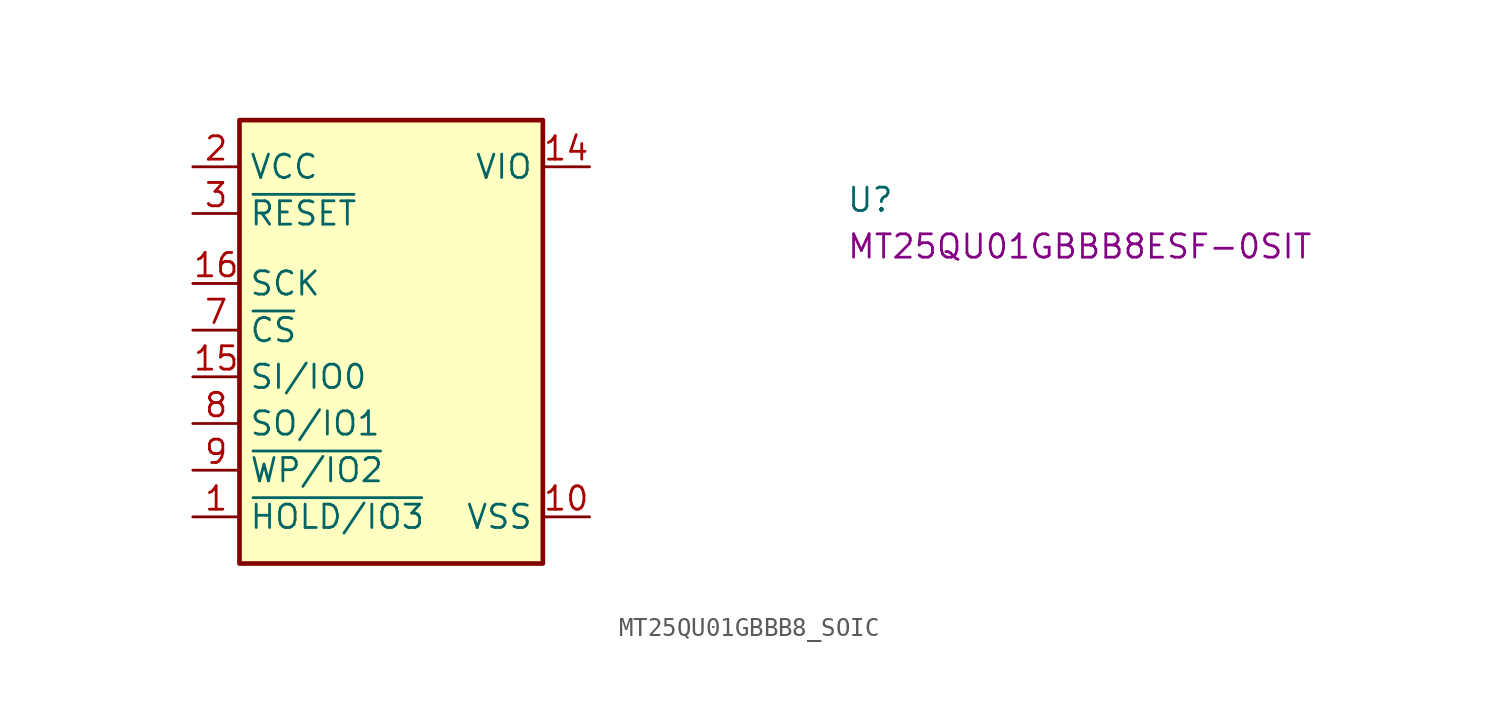
<source format=kicad_sym>
(kicad_symbol_lib
  (version 20220914)
  (generator kicad_symbol_editor)
  (symbol "MT25QU01GBBB8_SOIC"
    (property "Reference" "U"
      (at 35.56 -2.54 0)
      (effects (font (size 1.27 1.27) (thickness 0.15)) (justify left bottom)))
    (property "MPN" "MT25QU01GBBB8ESF-0SIT"
      (at 35.56 -5.08 0)
      (effects (font (size 1.27 1.27) (thickness 0.15)) (justify left bottom)))
    (symbol "MT25QU01GBBB8_SOIC_1_1"
      (rectangle (start 2.54 2.54) (end 19.05 -21.59) (stroke (width 0.254) (type default)) (fill (type background)))
      (pin bidirectional line (at 0 -19.05 0) (length 2.54) (name "~{HOLD/IO3}" (effects (font (size 1.27 1.27)))) (number "1" (effects (font (size 1.27 1.27)))))
      (pin power_in line (at 21.59 -19.05 180) (length 2.54) (name "VSS" (effects (font (size 1.27 1.27)))) (number "10" (effects (font (size 1.27 1.27)))))
      (pin no_connect line (at 19.05 -8.89 180) (length 2.54) hide (name "DNU" (effects (font (size 1.27 1.27)))) (number "11" (effects (font (size 1.27 1.27)))))
      (pin passive line (at 19.05 -5.08 180) (length 2.54) hide (name "DNU" (effects (font (size 1.27 1.27)))) (number "12" (effects (font (size 1.27 1.27)))))
      (pin no_connect line (at 19.05 -2.54 180) (length 2.54) hide (name "NC" (effects (font (size 1.27 1.27)))) (number "13" (effects (font (size 1.27 1.27)))))
      (pin bidirectional line (at 21.59 0 180) (length 2.54) (name "VIO" (effects (font (size 1.27 1.27)))) (number "14" (effects (font (size 1.27 1.27)))))
      (pin bidirectional line (at 0 -11.43 0) (length 2.54) (name "SI/IO0" (effects (font (size 1.27 1.27)))) (number "15" (effects (font (size 1.27 1.27)))))
      (pin input line (at 0 -6.35 0) (length 2.54) (name "SCK" (effects (font (size 1.27 1.27)))) (number "16" (effects (font (size 1.27 1.27)))))
      (pin power_in line (at 0 0 0) (length 2.54) (name "VCC" (effects (font (size 1.27 1.27)))) (number "2" (effects (font (size 1.27 1.27)))))
      (pin bidirectional line (at 0 -2.54 0) (length 2.54) (name "~{RESET}" (effects (font (size 1.27 1.27)))) (number "3" (effects (font (size 1.27 1.27)))))
      (pin passive line (at 19.05 -6.35 180) (length 2.54) hide (name "DNU" (effects (font (size 1.27 1.27)))) (number "4" (effects (font (size 1.27 1.27)))))
      (pin passive line (at 19.05 -7.62 180) (length 2.54) hide (name "DNU" (effects (font (size 1.27 1.27)))) (number "5" (effects (font (size 1.27 1.27)))))
      (pin no_connect line (at 19.05 -3.81 180) (length 2.54) hide (name "RFU" (effects (font (size 1.27 1.27)))) (number "6" (effects (font (size 1.27 1.27)))))
      (pin input line (at 0 -8.89 0) (length 2.54) (name "~{CS}" (effects (font (size 1.27 1.27)))) (number "7" (effects (font (size 1.27 1.27)))))
      (pin bidirectional line (at 0 -13.97 0) (length 2.54) (name "SO/IO1" (effects (font (size 1.27 1.27)))) (number "8" (effects (font (size 1.27 1.27)))))
      (pin bidirectional line (at 0 -16.51 0) (length 2.54) (name "~{WP/IO2}" (effects (font (size 1.27 1.27)))) (number "9" (effects (font (size 1.27 1.27))))))))
</source>
